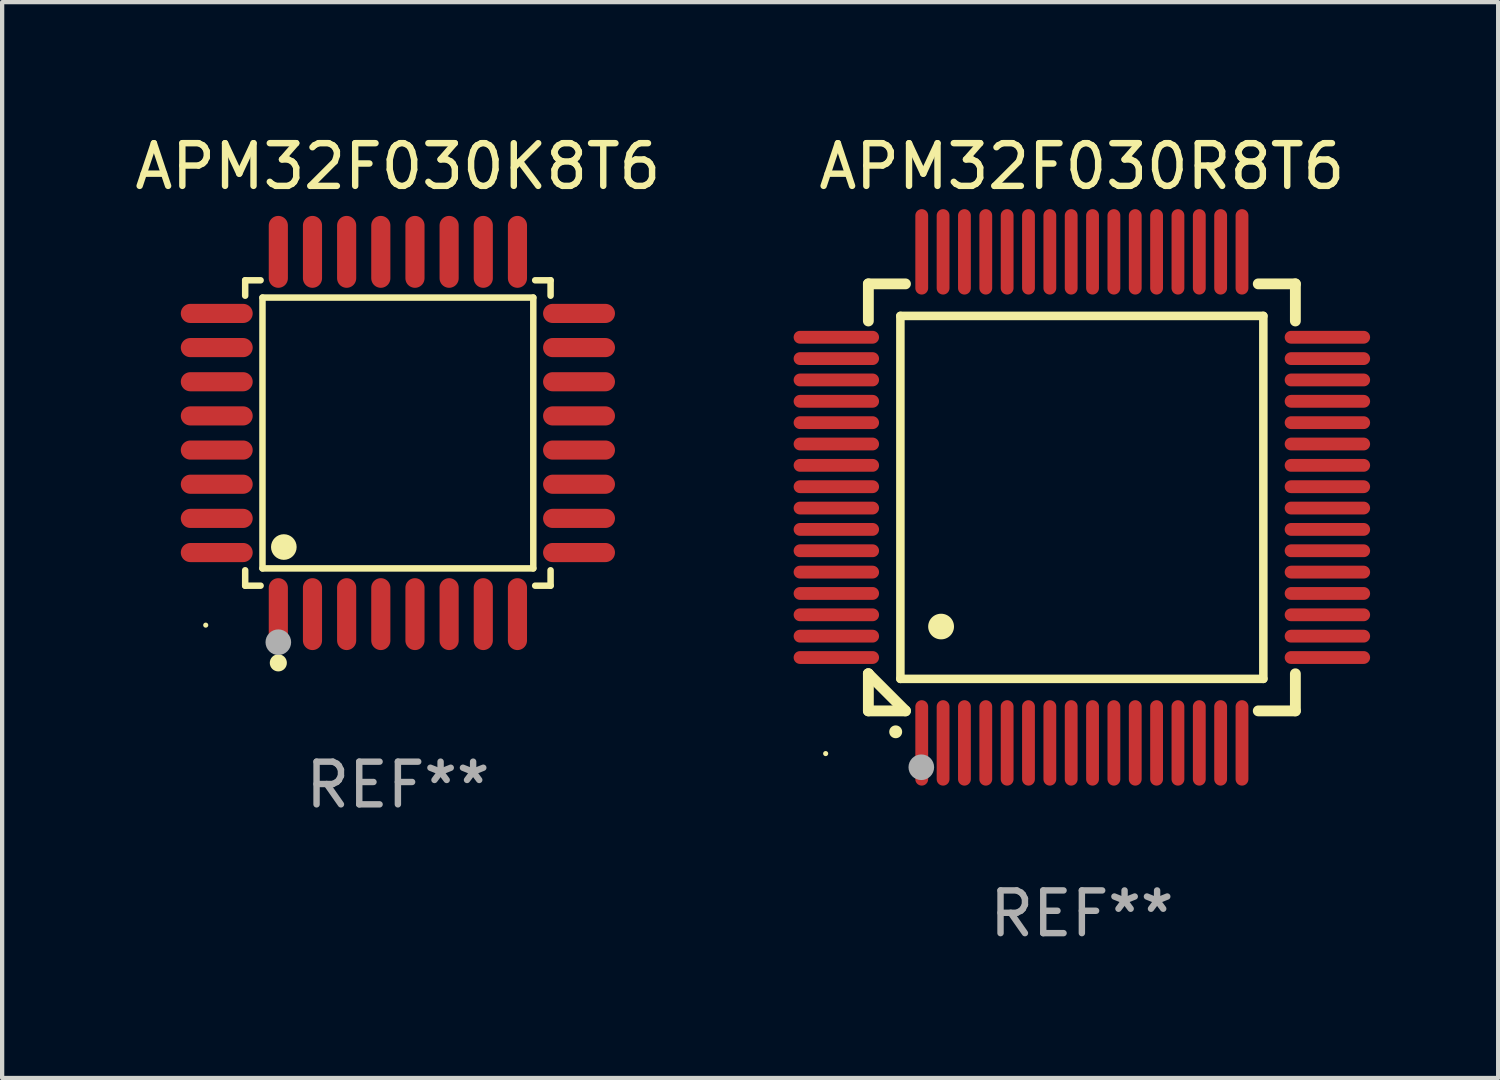
<source format=kicad_pcb>
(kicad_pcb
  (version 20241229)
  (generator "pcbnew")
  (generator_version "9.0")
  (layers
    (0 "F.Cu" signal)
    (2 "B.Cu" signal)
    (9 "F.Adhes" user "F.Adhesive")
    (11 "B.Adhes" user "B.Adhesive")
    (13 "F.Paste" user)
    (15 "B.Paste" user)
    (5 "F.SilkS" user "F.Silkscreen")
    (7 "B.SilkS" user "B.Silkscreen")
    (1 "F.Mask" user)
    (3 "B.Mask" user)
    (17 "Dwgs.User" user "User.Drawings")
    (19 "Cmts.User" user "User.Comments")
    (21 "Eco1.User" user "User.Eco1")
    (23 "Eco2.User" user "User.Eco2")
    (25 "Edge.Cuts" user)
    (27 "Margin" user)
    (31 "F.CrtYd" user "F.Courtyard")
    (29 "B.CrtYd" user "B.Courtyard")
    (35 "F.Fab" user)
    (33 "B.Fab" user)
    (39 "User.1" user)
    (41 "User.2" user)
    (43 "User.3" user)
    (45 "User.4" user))
  (footprint "APM32F030K8T6"
    (layer "F.Cu")
    (at 6.268 7.09)
    (property "Reference" "APM32F030K8T6" (at 0 -6.242 0) (layer "F.SilkS") (effects (font (size 1 1) (thickness 0.15))))
    (attr through_hole)
    (fp_line (start -3.576 -3.576) (end -3.215 -3.576) (stroke (width 0.152) (type solid)) (layer "F.SilkS"))
    (fp_line (start -3.576 -3.215) (end -3.576 -3.576) (stroke (width 0.152) (type solid)) (layer "F.SilkS"))
    (fp_line (start -3.576 3.215) (end -3.576 3.576) (stroke (width 0.152) (type solid)) (layer "F.SilkS"))
    (fp_line (start -3.576 3.576) (end -3.215 3.576) (stroke (width 0.152) (type solid)) (layer "F.SilkS"))
    (fp_line (start -3.171 -3.171) (end 3.171 -3.171) (stroke (width 0.152) (type solid)) (layer "F.SilkS"))
    (fp_line (start -3.171 3.171) (end -3.171 -3.171) (stroke (width 0.152) (type solid)) (layer "F.SilkS"))
    (fp_line (start 3.171 -3.171) (end 3.171 3.171) (stroke (width 0.152) (type solid)) (layer "F.SilkS"))
    (fp_line (start 3.171 3.171) (end -3.171 3.171) (stroke (width 0.152) (type solid)) (layer "F.SilkS"))
    (fp_line (start 3.576 -3.576) (end 3.215 -3.576) (stroke (width 0.152) (type solid)) (layer "F.SilkS"))
    (fp_line (start 3.576 -3.215) (end 3.576 -3.576) (stroke (width 0.152) (type solid)) (layer "F.SilkS"))
    (fp_line (start 3.576 3.215) (end 3.576 3.576) (stroke (width 0.152) (type solid)) (layer "F.SilkS"))
    (fp_line (start 3.576 3.576) (end 3.215 3.576) (stroke (width 0.152) (type solid)) (layer "F.SilkS"))
    (fp_circle (center -4.5 4.5) (end -4.47 4.5) (stroke (width 0.06) (type solid)) (fill no) (layer "F.SilkS"))
    (fp_circle (center -2.8 5.384) (end -2.7 5.384) (stroke (width 0.2) (type solid)) (fill no) (layer "F.SilkS"))
    (fp_circle (center -2.671 2.671) (end -2.521 2.671) (stroke (width 0.3) (type solid)) (fill no) (layer "F.SilkS"))
    (fp_circle (center -2.8 4.9) (end -2.65 4.9) (stroke (width 0.3) (type solid)) (fill no) (layer "F.Fab"))
    (fp_text user "REF**" (at 0 8.242 0) (layer "F.Fab") (effects (font (size 1 1) (thickness 0.15))))
    (pad "1" smd oval (at -2.8 4.242) (size 0.448 1.684) (layers "F.Cu" "F.Mask" "F.Paste"))
    (pad "2" smd oval (at -2 4.242) (size 0.448 1.684) (layers "F.Cu" "F.Mask" "F.Paste"))
    (pad "3" smd oval (at -1.2 4.242) (size 0.448 1.684) (layers "F.Cu" "F.Mask" "F.Paste"))
    (pad "4" smd oval (at -0.4 4.242) (size 0.448 1.684) (layers "F.Cu" "F.Mask" "F.Paste"))
    (pad "5" smd oval (at 0.4 4.242) (size 0.448 1.684) (layers "F.Cu" "F.Mask" "F.Paste"))
    (pad "6" smd oval (at 1.2 4.242) (size 0.448 1.684) (layers "F.Cu" "F.Mask" "F.Paste"))
    (pad "7" smd oval (at 2 4.242) (size 0.448 1.684) (layers "F.Cu" "F.Mask" "F.Paste"))
    (pad "8" smd oval (at 2.8 4.242) (size 0.448 1.684) (layers "F.Cu" "F.Mask" "F.Paste"))
    (pad "9" smd oval (at 4.242 2.8) (size 1.684 0.448) (layers "F.Cu" "F.Mask" "F.Paste"))
    (pad "10" smd oval (at 4.242 2) (size 1.684 0.448) (layers "F.Cu" "F.Mask" "F.Paste"))
    (pad "11" smd oval (at 4.242 1.2) (size 1.684 0.448) (layers "F.Cu" "F.Mask" "F.Paste"))
    (pad "12" smd oval (at 4.242 0.4) (size 1.684 0.448) (layers "F.Cu" "F.Mask" "F.Paste"))
    (pad "13" smd oval (at 4.242 -0.4) (size 1.684 0.448) (layers "F.Cu" "F.Mask" "F.Paste"))
    (pad "14" smd oval (at 4.242 -1.2) (size 1.684 0.448) (layers "F.Cu" "F.Mask" "F.Paste"))
    (pad "15" smd oval (at 4.242 -2) (size 1.684 0.448) (layers "F.Cu" "F.Mask" "F.Paste"))
    (pad "16" smd oval (at 4.242 -2.8) (size 1.684 0.448) (layers "F.Cu" "F.Mask" "F.Paste"))
    (pad "17" smd oval (at 2.8 -4.242) (size 0.448 1.684) (layers "F.Cu" "F.Mask" "F.Paste"))
    (pad "18" smd oval (at 2 -4.242) (size 0.448 1.684) (layers "F.Cu" "F.Mask" "F.Paste"))
    (pad "19" smd oval (at 1.2 -4.242) (size 0.448 1.684) (layers "F.Cu" "F.Mask" "F.Paste"))
    (pad "20" smd oval (at 0.4 -4.242) (size 0.448 1.684) (layers "F.Cu" "F.Mask" "F.Paste"))
    (pad "21" smd oval (at -0.4 -4.242) (size 0.448 1.684) (layers "F.Cu" "F.Mask" "F.Paste"))
    (pad "22" smd oval (at -1.2 -4.242) (size 0.448 1.684) (layers "F.Cu" "F.Mask" "F.Paste"))
    (pad "23" smd oval (at -2 -4.242) (size 0.448 1.684) (layers "F.Cu" "F.Mask" "F.Paste"))
    (pad "24" smd oval (at -2.8 -4.242) (size 0.448 1.684) (layers "F.Cu" "F.Mask" "F.Paste"))
    (pad "25" smd oval (at -4.242 -2.8) (size 1.684 0.448) (layers "F.Cu" "F.Mask" "F.Paste"))
    (pad "26" smd oval (at -4.242 -2) (size 1.684 0.448) (layers "F.Cu" "F.Mask" "F.Paste"))
    (pad "27" smd oval (at -4.242 -1.2) (size 1.684 0.448) (layers "F.Cu" "F.Mask" "F.Paste"))
    (pad "28" smd oval (at -4.242 -0.4) (size 1.684 0.448) (layers "F.Cu" "F.Mask" "F.Paste"))
    (pad "29" smd oval (at -4.242 0.4) (size 1.684 0.448) (layers "F.Cu" "F.Mask" "F.Paste"))
    (pad "30" smd oval (at -4.242 1.2) (size 1.684 0.448) (layers "F.Cu" "F.Mask" "F.Paste"))
    (pad "31" smd oval (at -4.242 2) (size 1.684 0.448) (layers "F.Cu" "F.Mask" "F.Paste"))
    (pad "32" smd oval (at -4.242 2.8) (size 1.684 0.448) (layers "F.Cu" "F.Mask" "F.Paste")))
  (footprint "APM32F030R8T6"
    (layer "F.Cu")
    (at 22.286 8.598)
    (property "Reference" "APM32F030R8T6" (at 0 -7.75 0) (layer "F.SilkS") (effects (font (size 1 1) (thickness 0.15))))
    (attr through_hole)
    (fp_line (start -5 -5) (end -4.131 -5) (stroke (width 0.254) (type solid)) (layer "F.SilkS"))
    (fp_line (start -5 -4.131) (end -5 -5) (stroke (width 0.254) (type solid)) (layer "F.SilkS"))
    (fp_line (start -5 4.131) (end -5 4.131) (stroke (width 0.254) (type solid)) (layer "F.SilkS"))
    (fp_line (start -5 5) (end -5 4.131) (stroke (width 0.254) (type solid)) (layer "F.SilkS"))
    (fp_line (start -5 4.131) (end -4.131 5) (stroke (width 0.254) (type solid)) (layer "F.SilkS"))
    (fp_line (start -4.25 -4.25) (end -4.25 4.25) (stroke (width 0.2) (type solid)) (layer "F.SilkS"))
    (fp_line (start -4.25 4.25) (end 4.25 4.25) (stroke (width 0.2) (type solid)) (layer "F.SilkS"))
    (fp_line (start -4.131 5) (end -5 5) (stroke (width 0.254) (type solid)) (layer "F.SilkS"))
    (fp_line (start 4.25 -4.25) (end -4.25 -4.25) (stroke (width 0.2) (type solid)) (layer "F.SilkS"))
    (fp_line (start 4.25 4.25) (end 4.25 -4.25) (stroke (width 0.2) (type solid)) (layer "F.SilkS"))
    (fp_line (start 5 -5) (end 4.131 -5) (stroke (width 0.254) (type solid)) (layer "F.SilkS"))
    (fp_line (start 5 -5) (end 5 -4.131) (stroke (width 0.254) (type solid)) (layer "F.SilkS"))
    (fp_line (start 5 4.131) (end 5 5) (stroke (width 0.254) (type solid)) (layer "F.SilkS"))
    (fp_line (start 5 5) (end 4.131 5) (stroke (width 0.254) (type solid)) (layer "F.SilkS"))
    (fp_arc (start -4.361265 5.489992) (mid -4.359995 5.489987) (end -4.358725 5.489992) (stroke (width 0.3) (type solid)) (layer "F.SilkS"))
    (fp_arc (start -3.299467 3.025146) (mid -3.296927 3.025135) (end -3.294387 3.025146) (stroke (width 0.6) (type solid)) (layer "F.SilkS"))
    (fp_circle (center -6 6) (end -5.97 6) (stroke (width 0.06) (type solid)) (fill no) (layer "F.SilkS"))
    (fp_circle (center -3.76 6.32) (end -3.61 6.32) (stroke (width 0.3) (type solid)) (fill no) (layer "F.Fab"))
    (fp_text user "REF**" (at 0 9.75 0) (layer "F.Fab") (effects (font (size 1 1) (thickness 0.15))))
    (pad "1" smd oval (at -3.75 5.75) (size 0.3 2) (layers "F.Cu" "F.Mask" "F.Paste"))
    (pad "2" smd oval (at -3.25 5.75) (size 0.3 2) (layers "F.Cu" "F.Mask" "F.Paste"))
    (pad "3" smd oval (at -2.75 5.75) (size 0.3 2) (layers "F.Cu" "F.Mask" "F.Paste"))
    (pad "4" smd oval (at -2.25 5.75) (size 0.3 2) (layers "F.Cu" "F.Mask" "F.Paste"))
    (pad "5" smd oval (at -1.75 5.75) (size 0.3 2) (layers "F.Cu" "F.Mask" "F.Paste"))
    (pad "6" smd oval (at -1.25 5.75) (size 0.3 2) (layers "F.Cu" "F.Mask" "F.Paste"))
    (pad "7" smd oval (at -0.75 5.75) (size 0.3 2) (layers "F.Cu" "F.Mask" "F.Paste"))
    (pad "8" smd oval (at -0.25 5.75) (size 0.3 2) (layers "F.Cu" "F.Mask" "F.Paste"))
    (pad "9" smd oval (at 0.25 5.75) (size 0.3 2) (layers "F.Cu" "F.Mask" "F.Paste"))
    (pad "10" smd oval (at 0.75 5.75) (size 0.3 2) (layers "F.Cu" "F.Mask" "F.Paste"))
    (pad "11" smd oval (at 1.25 5.75) (size 0.3 2) (layers "F.Cu" "F.Mask" "F.Paste"))
    (pad "12" smd oval (at 1.75 5.75) (size 0.3 2) (layers "F.Cu" "F.Mask" "F.Paste"))
    (pad "13" smd oval (at 2.25 5.75) (size 0.3 2) (layers "F.Cu" "F.Mask" "F.Paste"))
    (pad "14" smd oval (at 2.75 5.75) (size 0.3 2) (layers "F.Cu" "F.Mask" "F.Paste"))
    (pad "15" smd oval (at 3.25 5.75) (size 0.3 2) (layers "F.Cu" "F.Mask" "F.Paste"))
    (pad "16" smd oval (at 3.75 5.75) (size 0.3 2) (layers "F.Cu" "F.Mask" "F.Paste"))
    (pad "17" smd oval (at 5.75 3.75) (size 2 0.3) (layers "F.Cu" "F.Mask" "F.Paste"))
    (pad "18" smd oval (at 5.75 3.25) (size 2 0.3) (layers "F.Cu" "F.Mask" "F.Paste"))
    (pad "19" smd oval (at 5.75 2.75) (size 2 0.3) (layers "F.Cu" "F.Mask" "F.Paste"))
    (pad "20" smd oval (at 5.75 2.25) (size 2 0.3) (layers "F.Cu" "F.Mask" "F.Paste"))
    (pad "21" smd oval (at 5.75 1.75) (size 2 0.3) (layers "F.Cu" "F.Mask" "F.Paste"))
    (pad "22" smd oval (at 5.75 1.25) (size 2 0.3) (layers "F.Cu" "F.Mask" "F.Paste"))
    (pad "23" smd oval (at 5.75 0.75) (size 2 0.3) (layers "F.Cu" "F.Mask" "F.Paste"))
    (pad "24" smd oval (at 5.75 0.25) (size 2 0.3) (layers "F.Cu" "F.Mask" "F.Paste"))
    (pad "25" smd oval (at 5.75 -0.25) (size 2 0.3) (layers "F.Cu" "F.Mask" "F.Paste"))
    (pad "26" smd oval (at 5.75 -0.75) (size 2 0.3) (layers "F.Cu" "F.Mask" "F.Paste"))
    (pad "27" smd oval (at 5.75 -1.25) (size 2 0.3) (layers "F.Cu" "F.Mask" "F.Paste"))
    (pad "28" smd oval (at 5.75 -1.75) (size 2 0.3) (layers "F.Cu" "F.Mask" "F.Paste"))
    (pad "29" smd oval (at 5.75 -2.25) (size 2 0.3) (layers "F.Cu" "F.Mask" "F.Paste"))
    (pad "30" smd oval (at 5.75 -2.75) (size 2 0.3) (layers "F.Cu" "F.Mask" "F.Paste"))
    (pad "31" smd oval (at 5.75 -3.25) (size 2 0.3) (layers "F.Cu" "F.Mask" "F.Paste"))
    (pad "32" smd oval (at 5.75 -3.75) (size 2 0.3) (layers "F.Cu" "F.Mask" "F.Paste"))
    (pad "33" smd oval (at 3.75 -5.75) (size 0.3 2) (layers "F.Cu" "F.Mask" "F.Paste"))
    (pad "34" smd oval (at 3.25 -5.75) (size 0.3 2) (layers "F.Cu" "F.Mask" "F.Paste"))
    (pad "35" smd oval (at 2.75 -5.75) (size 0.3 2) (layers "F.Cu" "F.Mask" "F.Paste"))
    (pad "36" smd oval (at 2.25 -5.75) (size 0.3 2) (layers "F.Cu" "F.Mask" "F.Paste"))
    (pad "37" smd oval (at 1.75 -5.75) (size 0.3 2) (layers "F.Cu" "F.Mask" "F.Paste"))
    (pad "38" smd oval (at 1.25 -5.75) (size 0.3 2) (layers "F.Cu" "F.Mask" "F.Paste"))
    (pad "39" smd oval (at 0.75 -5.75) (size 0.3 2) (layers "F.Cu" "F.Mask" "F.Paste"))
    (pad "40" smd oval (at 0.25 -5.75) (size 0.3 2) (layers "F.Cu" "F.Mask" "F.Paste"))
    (pad "41" smd oval (at -0.25 -5.75) (size 0.3 2) (layers "F.Cu" "F.Mask" "F.Paste"))
    (pad "42" smd oval (at -0.75 -5.75) (size 0.3 2) (layers "F.Cu" "F.Mask" "F.Paste"))
    (pad "43" smd oval (at -1.25 -5.75) (size 0.3 2) (layers "F.Cu" "F.Mask" "F.Paste"))
    (pad "44" smd oval (at -1.75 -5.75) (size 0.3 2) (layers "F.Cu" "F.Mask" "F.Paste"))
    (pad "45" smd oval (at -2.25 -5.75) (size 0.3 2) (layers "F.Cu" "F.Mask" "F.Paste"))
    (pad "46" smd oval (at -2.75 -5.75) (size 0.3 2) (layers "F.Cu" "F.Mask" "F.Paste"))
    (pad "47" smd oval (at -3.25 -5.75) (size 0.3 2) (layers "F.Cu" "F.Mask" "F.Paste"))
    (pad "48" smd oval (at -3.75 -5.75) (size 0.3 2) (layers "F.Cu" "F.Mask" "F.Paste"))
    (pad "49" smd oval (at -5.75 -3.75) (size 2 0.3) (layers "F.Cu" "F.Mask" "F.Paste"))
    (pad "50" smd oval (at -5.75 -3.25) (size 2 0.3) (layers "F.Cu" "F.Mask" "F.Paste"))
    (pad "51" smd oval (at -5.75 -2.75) (size 2 0.3) (layers "F.Cu" "F.Mask" "F.Paste"))
    (pad "52" smd oval (at -5.75 -2.25) (size 2 0.3) (layers "F.Cu" "F.Mask" "F.Paste"))
    (pad "53" smd oval (at -5.75 -1.75) (size 2 0.3) (layers "F.Cu" "F.Mask" "F.Paste"))
    (pad "54" smd oval (at -5.75 -1.25) (size 2 0.3) (layers "F.Cu" "F.Mask" "F.Paste"))
    (pad "55" smd oval (at -5.75 -0.75) (size 2 0.3) (layers "F.Cu" "F.Mask" "F.Paste"))
    (pad "56" smd oval (at -5.75 -0.25) (size 2 0.3) (layers "F.Cu" "F.Mask" "F.Paste"))
    (pad "57" smd oval (at -5.75 0.25) (size 2 0.3) (layers "F.Cu" "F.Mask" "F.Paste"))
    (pad "58" smd oval (at -5.75 0.75) (size 2 0.3) (layers "F.Cu" "F.Mask" "F.Paste"))
    (pad "59" smd oval (at -5.75 1.25) (size 2 0.3) (layers "F.Cu" "F.Mask" "F.Paste"))
    (pad "60" smd oval (at -5.75 1.75) (size 2 0.3) (layers "F.Cu" "F.Mask" "F.Paste"))
    (pad "61" smd oval (at -5.75 2.25) (size 2 0.3) (layers "F.Cu" "F.Mask" "F.Paste"))
    (pad "62" smd oval (at -5.75 2.75) (size 2 0.3) (layers "F.Cu" "F.Mask" "F.Paste"))
    (pad "63" smd oval (at -5.75 3.25) (size 2 0.3) (layers "F.Cu" "F.Mask" "F.Paste"))
    (pad "64" smd oval (at -5.75 3.75) (size 2 0.3) (layers "F.Cu" "F.Mask" "F.Paste")))
  (gr_rect
    (start -3 -3)
    (end 32.035 22.196)
    (stroke (width 0.1) (type default))
    (fill no)
    (layer "Edge.Cuts")))
</source>
